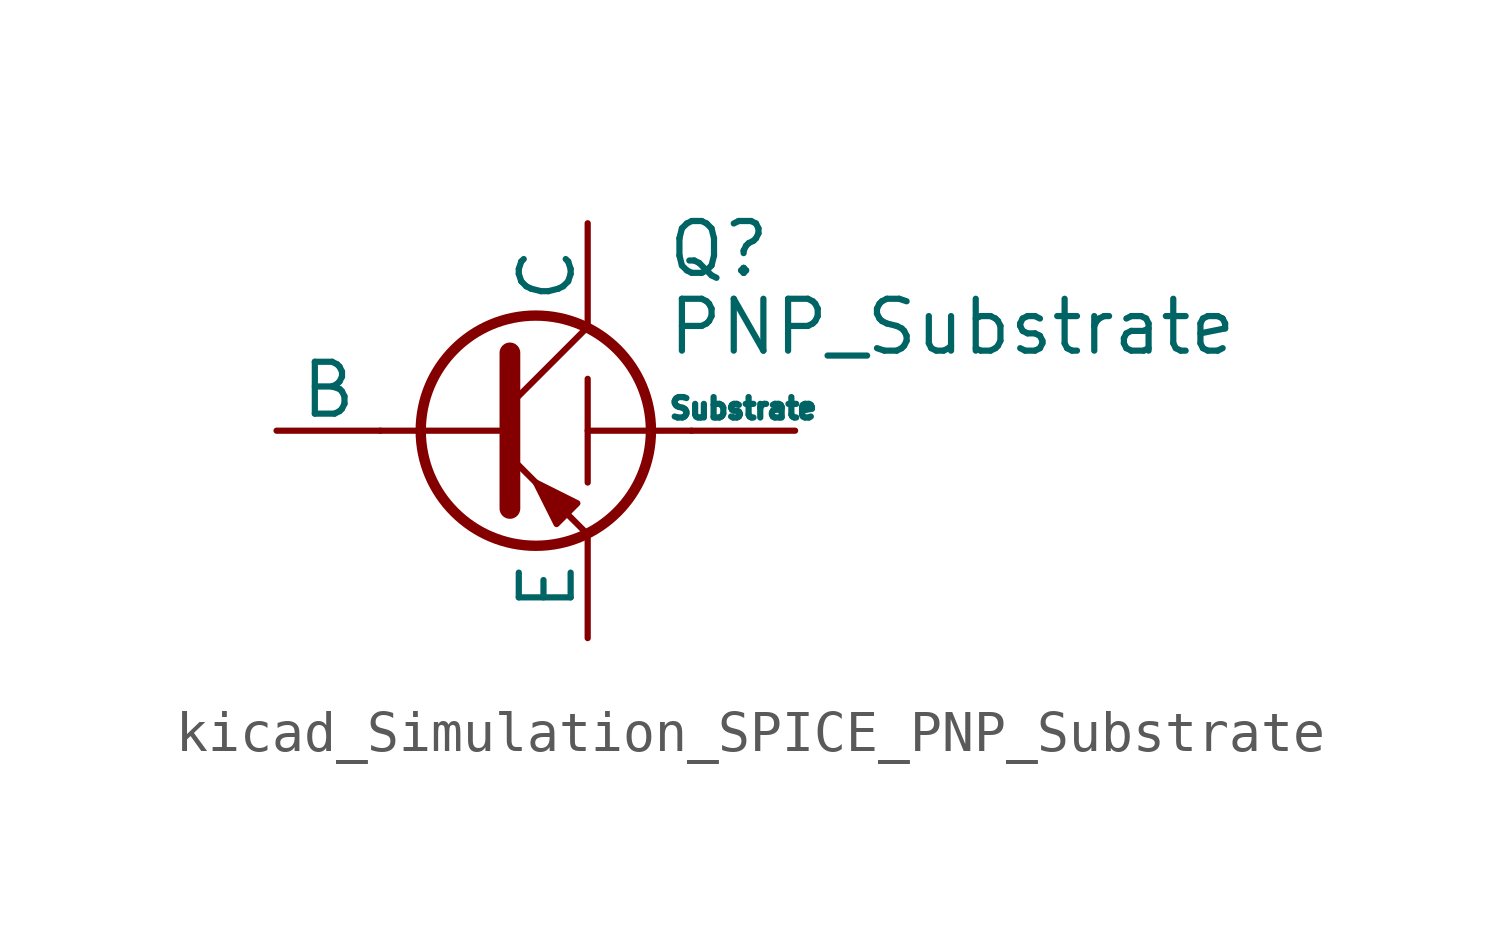
<source format=kicad_sym>
(kicad_symbol_lib
  (version 20220914)
  (generator kicad_symbol_editor)
  (symbol "kicad_Simulation_SPICE_PNP_Substrate"
    (pin_numbers hide)
    (pin_names
      (offset 0))
    (property "Reference" "Q"
      (at 4.445 4.445 0)
      (effects (font (size 1.27 1.27)) (justify left)))
    (property "Value" "PNP_Substrate"
      (at 4.445 2.54 0)
      (effects (font (size 1.27 1.27)) (justify left)))
    (symbol "kicad_Simulation_SPICE_PNP_Substrate_0_1"
      (polyline (pts (xy -2.54 0) (xy 0.635 0)) (stroke (width 0.152) (type default)) (fill (type none)))
      (polyline (pts (xy 0.635 0.635) (xy 2.54 2.54)) (stroke (width 0) (type default)) (fill (type none)))
      (polyline (pts (xy 2.54 0) (xy 5.08 0)) (stroke (width 0.152) (type default)) (fill (type none)))
      (polyline (pts (xy 0.635 -0.635) (xy 2.54 -2.54) (xy 2.54 -2.54)) (stroke (width 0) (type default)) (fill (type none)))
      (polyline (pts (xy 0.635 1.905) (xy 0.635 -1.905) (xy 0.635 -1.905)) (stroke (width 0.508) (type default)) (fill (type none)))
      (polyline (pts (xy 2.54 0) (xy 2.54 1.27) (xy 2.54 0) (xy 2.54 -1.27)) (stroke (width 0.152) (type default)) (fill (type none)))
      (polyline (pts (xy 2.286 -1.778) (xy 1.778 -2.286) (xy 1.27 -1.27) (xy 2.286 -1.778) (xy 2.286 -1.778)) (stroke (width 0) (type default)) (fill (type outline)))
      (circle (center 1.27 0) (radius 2.819) (stroke (width 0.254) (type default)) (fill (type none))))
    (symbol "kicad_Simulation_SPICE_PNP_Substrate_1_1"
      (pin open_collector line (at 2.54 5.08 270) (length 2.54) (name "C" (effects (font (size 1.27 1.27)))) (number "1" (effects (font (size 1.27 1.27)))))
      (pin input line (at -5.08 0 0) (length 2.54) (name "B" (effects (font (size 1.27 1.27)))) (number "2" (effects (font (size 1.27 1.27)))))
      (pin open_emitter line (at 2.54 -5.08 90) (length 2.54) (name "E" (effects (font (size 1.27 1.27)))) (number "3" (effects (font (size 1.27 1.27)))))
      (pin passive line (at 7.62 0 180) (length 2.54) (name "Substrate" (effects (font (size 0.5 0.5)))) (number "4" (effects (font (size 1.27 1.27))))))))
</source>
